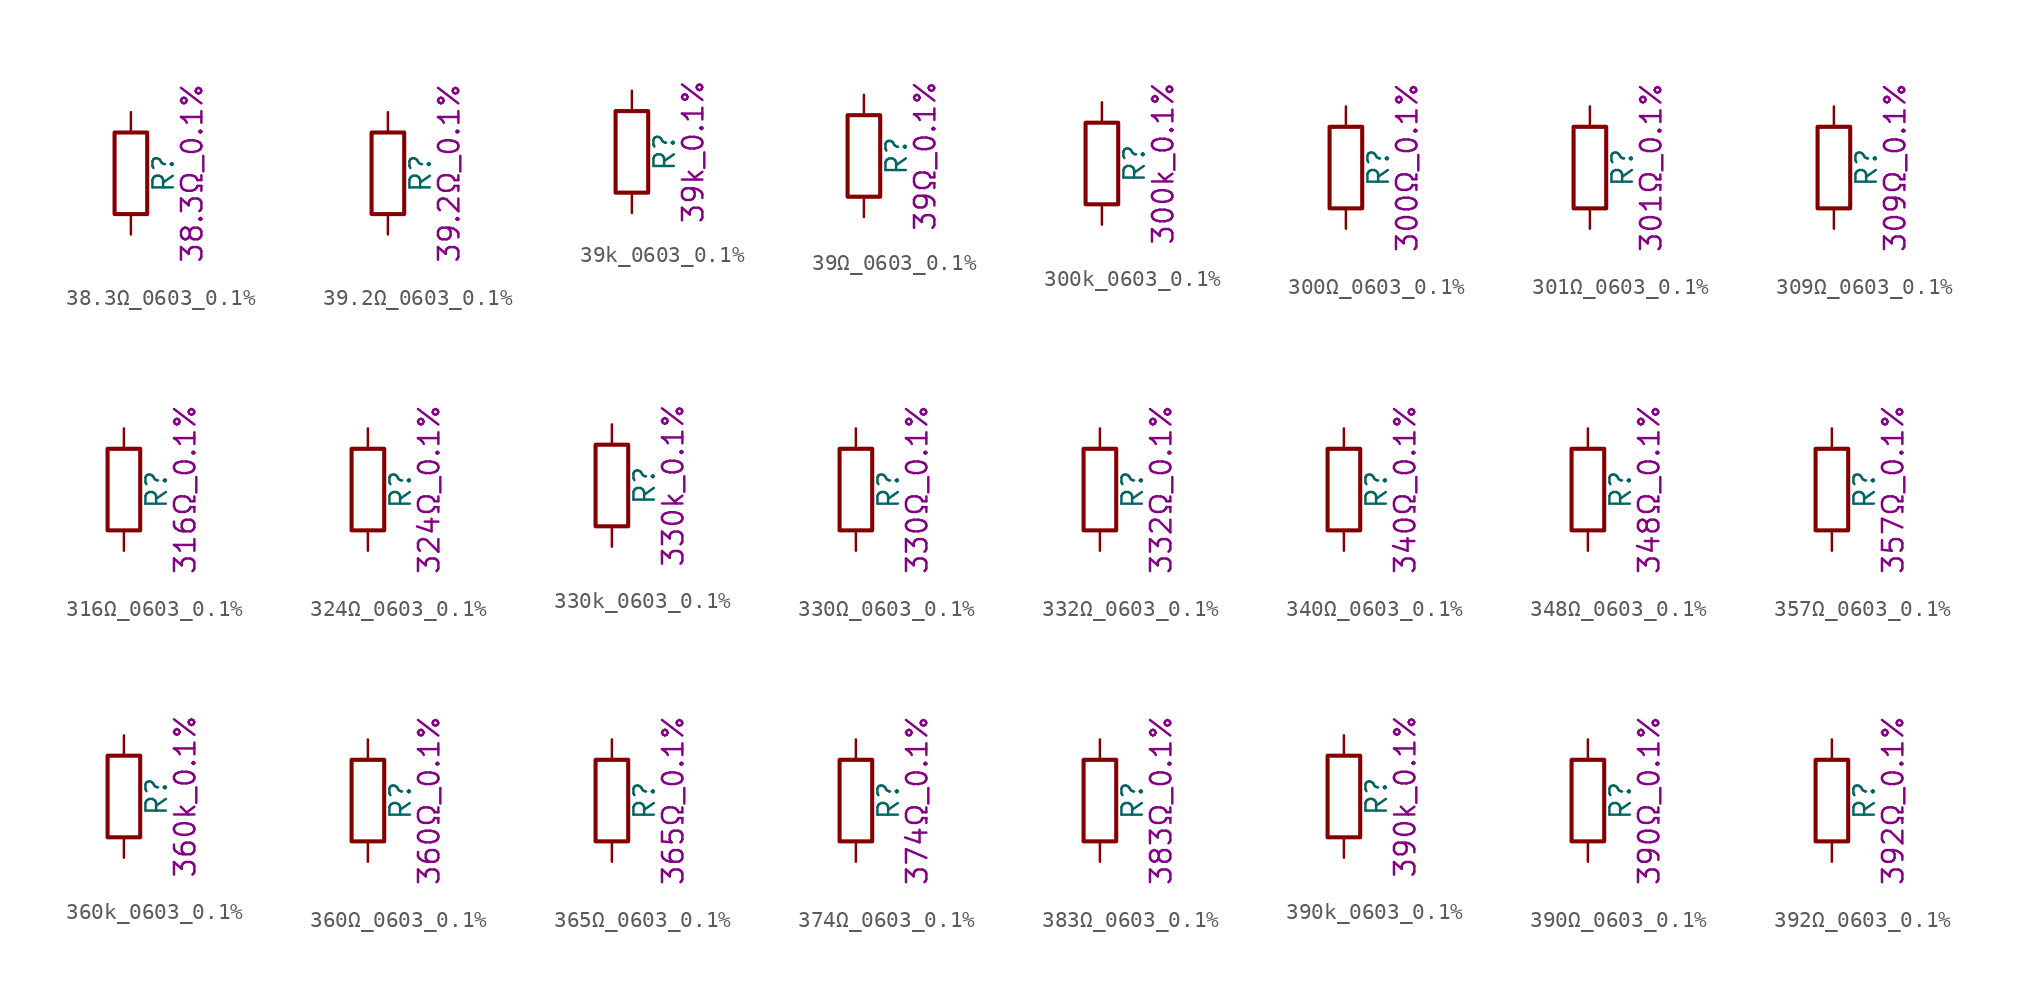
<source format=kicad_sym>
(kicad_symbol_lib
  (version 20211014)
  (generator kicad_symbol_editor)
  (symbol "38.3Ω_0603_0.1%"
    (pin_numbers hide)
    (pin_names
      (offset 0))
    (property "Reference" "R"
      (at 2.032 0 90)
      (effects (font (size 1.27 1.27))))
    (property "Display" "38.3Ω_0.1%"
      (at 3.81 0 90)
      (effects (font (size 1.27 1.27))))
    (symbol "38.3Ω_0603_0.1%_0_1"
      (rectangle (start -1.016 -2.54) (end 1.016 2.54) (stroke (width 0.254) (type default) (color 0 0 0 0)) (fill (type none))))
    (symbol "38.3Ω_0603_0.1%_1_1"
      (pin passive line (at 0 3.81 270) (length 1.27) (name "~" (effects (font (size 1.27 1.27)))) (number "1" (effects (font (size 1.27 1.27)))))
      (pin passive line (at 0 -3.81 90) (length 1.27) (name "~" (effects (font (size 1.27 1.27)))) (number "2" (effects (font (size 1.27 1.27)))))))
  (symbol "39.2Ω_0603_0.1%"
    (pin_numbers hide)
    (pin_names
      (offset 0))
    (property "Reference" "R"
      (at 2.032 0 90)
      (effects (font (size 1.27 1.27))))
    (property "Display" "39.2Ω_0.1%"
      (at 3.81 0 90)
      (effects (font (size 1.27 1.27))))
    (symbol "39.2Ω_0603_0.1%_0_1"
      (rectangle (start -1.016 -2.54) (end 1.016 2.54) (stroke (width 0.254) (type default) (color 0 0 0 0)) (fill (type none))))
    (symbol "39.2Ω_0603_0.1%_1_1"
      (pin passive line (at 0 3.81 270) (length 1.27) (name "~" (effects (font (size 1.27 1.27)))) (number "1" (effects (font (size 1.27 1.27)))))
      (pin passive line (at 0 -3.81 90) (length 1.27) (name "~" (effects (font (size 1.27 1.27)))) (number "2" (effects (font (size 1.27 1.27)))))))
  (symbol "39k_0603_0.1%"
    (pin_numbers hide)
    (pin_names
      (offset 0))
    (property "Reference" "R"
      (at 2.032 0 90)
      (effects (font (size 1.27 1.27))))
    (property "Display" "39k_0.1%"
      (at 3.81 0 90)
      (effects (font (size 1.27 1.27))))
    (symbol "39k_0603_0.1%_0_1"
      (rectangle (start -1.016 -2.54) (end 1.016 2.54) (stroke (width 0.254) (type default) (color 0 0 0 0)) (fill (type none))))
    (symbol "39k_0603_0.1%_1_1"
      (pin passive line (at 0 3.81 270) (length 1.27) (name "~" (effects (font (size 1.27 1.27)))) (number "1" (effects (font (size 1.27 1.27)))))
      (pin passive line (at 0 -3.81 90) (length 1.27) (name "~" (effects (font (size 1.27 1.27)))) (number "2" (effects (font (size 1.27 1.27)))))))
  (symbol "39Ω_0603_0.1%"
    (pin_numbers hide)
    (pin_names
      (offset 0))
    (property "Reference" "R"
      (at 2.032 0 90)
      (effects (font (size 1.27 1.27))))
    (property "Display" "39Ω_0.1%"
      (at 3.81 0 90)
      (effects (font (size 1.27 1.27))))
    (symbol "39Ω_0603_0.1%_0_1"
      (rectangle (start -1.016 -2.54) (end 1.016 2.54) (stroke (width 0.254) (type default) (color 0 0 0 0)) (fill (type none))))
    (symbol "39Ω_0603_0.1%_1_1"
      (pin passive line (at 0 3.81 270) (length 1.27) (name "~" (effects (font (size 1.27 1.27)))) (number "1" (effects (font (size 1.27 1.27)))))
      (pin passive line (at 0 -3.81 90) (length 1.27) (name "~" (effects (font (size 1.27 1.27)))) (number "2" (effects (font (size 1.27 1.27)))))))
  (symbol "300k_0603_0.1%"
    (pin_numbers hide)
    (pin_names
      (offset 0))
    (property "Reference" "R"
      (at 2.032 0 90)
      (effects (font (size 1.27 1.27))))
    (property "Display" "300k_0.1%"
      (at 3.81 0 90)
      (effects (font (size 1.27 1.27))))
    (symbol "300k_0603_0.1%_0_1"
      (rectangle (start -1.016 -2.54) (end 1.016 2.54) (stroke (width 0.254) (type default) (color 0 0 0 0)) (fill (type none))))
    (symbol "300k_0603_0.1%_1_1"
      (pin passive line (at 0 3.81 270) (length 1.27) (name "~" (effects (font (size 1.27 1.27)))) (number "1" (effects (font (size 1.27 1.27)))))
      (pin passive line (at 0 -3.81 90) (length 1.27) (name "~" (effects (font (size 1.27 1.27)))) (number "2" (effects (font (size 1.27 1.27)))))))
  (symbol "300Ω_0603_0.1%"
    (pin_numbers hide)
    (pin_names
      (offset 0))
    (property "Reference" "R"
      (at 2.032 0 90)
      (effects (font (size 1.27 1.27))))
    (property "Display" "300Ω_0.1%"
      (at 3.81 0 90)
      (effects (font (size 1.27 1.27))))
    (symbol "300Ω_0603_0.1%_0_1"
      (rectangle (start -1.016 -2.54) (end 1.016 2.54) (stroke (width 0.254) (type default) (color 0 0 0 0)) (fill (type none))))
    (symbol "300Ω_0603_0.1%_1_1"
      (pin passive line (at 0 3.81 270) (length 1.27) (name "~" (effects (font (size 1.27 1.27)))) (number "1" (effects (font (size 1.27 1.27)))))
      (pin passive line (at 0 -3.81 90) (length 1.27) (name "~" (effects (font (size 1.27 1.27)))) (number "2" (effects (font (size 1.27 1.27)))))))
  (symbol "301Ω_0603_0.1%"
    (pin_numbers hide)
    (pin_names
      (offset 0))
    (property "Reference" "R"
      (at 2.032 0 90)
      (effects (font (size 1.27 1.27))))
    (property "Display" "301Ω_0.1%"
      (at 3.81 0 90)
      (effects (font (size 1.27 1.27))))
    (symbol "301Ω_0603_0.1%_0_1"
      (rectangle (start -1.016 -2.54) (end 1.016 2.54) (stroke (width 0.254) (type default) (color 0 0 0 0)) (fill (type none))))
    (symbol "301Ω_0603_0.1%_1_1"
      (pin passive line (at 0 3.81 270) (length 1.27) (name "~" (effects (font (size 1.27 1.27)))) (number "1" (effects (font (size 1.27 1.27)))))
      (pin passive line (at 0 -3.81 90) (length 1.27) (name "~" (effects (font (size 1.27 1.27)))) (number "2" (effects (font (size 1.27 1.27)))))))
  (symbol "309Ω_0603_0.1%"
    (pin_numbers hide)
    (pin_names
      (offset 0))
    (property "Reference" "R"
      (at 2.032 0 90)
      (effects (font (size 1.27 1.27))))
    (property "Display" "309Ω_0.1%"
      (at 3.81 0 90)
      (effects (font (size 1.27 1.27))))
    (symbol "309Ω_0603_0.1%_0_1"
      (rectangle (start -1.016 -2.54) (end 1.016 2.54) (stroke (width 0.254) (type default) (color 0 0 0 0)) (fill (type none))))
    (symbol "309Ω_0603_0.1%_1_1"
      (pin passive line (at 0 3.81 270) (length 1.27) (name "~" (effects (font (size 1.27 1.27)))) (number "1" (effects (font (size 1.27 1.27)))))
      (pin passive line (at 0 -3.81 90) (length 1.27) (name "~" (effects (font (size 1.27 1.27)))) (number "2" (effects (font (size 1.27 1.27)))))))
  (symbol "316Ω_0603_0.1%"
    (pin_numbers hide)
    (pin_names
      (offset 0))
    (property "Reference" "R"
      (at 2.032 0 90)
      (effects (font (size 1.27 1.27))))
    (property "Display" "316Ω_0.1%"
      (at 3.81 0 90)
      (effects (font (size 1.27 1.27))))
    (symbol "316Ω_0603_0.1%_0_1"
      (rectangle (start -1.016 -2.54) (end 1.016 2.54) (stroke (width 0.254) (type default) (color 0 0 0 0)) (fill (type none))))
    (symbol "316Ω_0603_0.1%_1_1"
      (pin passive line (at 0 3.81 270) (length 1.27) (name "~" (effects (font (size 1.27 1.27)))) (number "1" (effects (font (size 1.27 1.27)))))
      (pin passive line (at 0 -3.81 90) (length 1.27) (name "~" (effects (font (size 1.27 1.27)))) (number "2" (effects (font (size 1.27 1.27)))))))
  (symbol "324Ω_0603_0.1%"
    (pin_numbers hide)
    (pin_names
      (offset 0))
    (property "Reference" "R"
      (at 2.032 0 90)
      (effects (font (size 1.27 1.27))))
    (property "Display" "324Ω_0.1%"
      (at 3.81 0 90)
      (effects (font (size 1.27 1.27))))
    (symbol "324Ω_0603_0.1%_0_1"
      (rectangle (start -1.016 -2.54) (end 1.016 2.54) (stroke (width 0.254) (type default) (color 0 0 0 0)) (fill (type none))))
    (symbol "324Ω_0603_0.1%_1_1"
      (pin passive line (at 0 3.81 270) (length 1.27) (name "~" (effects (font (size 1.27 1.27)))) (number "1" (effects (font (size 1.27 1.27)))))
      (pin passive line (at 0 -3.81 90) (length 1.27) (name "~" (effects (font (size 1.27 1.27)))) (number "2" (effects (font (size 1.27 1.27)))))))
  (symbol "330k_0603_0.1%"
    (pin_numbers hide)
    (pin_names
      (offset 0))
    (property "Reference" "R"
      (at 2.032 0 90)
      (effects (font (size 1.27 1.27))))
    (property "Display" "330k_0.1%"
      (at 3.81 0 90)
      (effects (font (size 1.27 1.27))))
    (symbol "330k_0603_0.1%_0_1"
      (rectangle (start -1.016 -2.54) (end 1.016 2.54) (stroke (width 0.254) (type default) (color 0 0 0 0)) (fill (type none))))
    (symbol "330k_0603_0.1%_1_1"
      (pin passive line (at 0 3.81 270) (length 1.27) (name "~" (effects (font (size 1.27 1.27)))) (number "1" (effects (font (size 1.27 1.27)))))
      (pin passive line (at 0 -3.81 90) (length 1.27) (name "~" (effects (font (size 1.27 1.27)))) (number "2" (effects (font (size 1.27 1.27)))))))
  (symbol "330Ω_0603_0.1%"
    (pin_numbers hide)
    (pin_names
      (offset 0))
    (property "Reference" "R"
      (at 2.032 0 90)
      (effects (font (size 1.27 1.27))))
    (property "Display" "330Ω_0.1%"
      (at 3.81 0 90)
      (effects (font (size 1.27 1.27))))
    (symbol "330Ω_0603_0.1%_0_1"
      (rectangle (start -1.016 -2.54) (end 1.016 2.54) (stroke (width 0.254) (type default) (color 0 0 0 0)) (fill (type none))))
    (symbol "330Ω_0603_0.1%_1_1"
      (pin passive line (at 0 3.81 270) (length 1.27) (name "~" (effects (font (size 1.27 1.27)))) (number "1" (effects (font (size 1.27 1.27)))))
      (pin passive line (at 0 -3.81 90) (length 1.27) (name "~" (effects (font (size 1.27 1.27)))) (number "2" (effects (font (size 1.27 1.27)))))))
  (symbol "332Ω_0603_0.1%"
    (pin_numbers hide)
    (pin_names
      (offset 0))
    (property "Reference" "R"
      (at 2.032 0 90)
      (effects (font (size 1.27 1.27))))
    (property "Display" "332Ω_0.1%"
      (at 3.81 0 90)
      (effects (font (size 1.27 1.27))))
    (symbol "332Ω_0603_0.1%_0_1"
      (rectangle (start -1.016 -2.54) (end 1.016 2.54) (stroke (width 0.254) (type default) (color 0 0 0 0)) (fill (type none))))
    (symbol "332Ω_0603_0.1%_1_1"
      (pin passive line (at 0 3.81 270) (length 1.27) (name "~" (effects (font (size 1.27 1.27)))) (number "1" (effects (font (size 1.27 1.27)))))
      (pin passive line (at 0 -3.81 90) (length 1.27) (name "~" (effects (font (size 1.27 1.27)))) (number "2" (effects (font (size 1.27 1.27)))))))
  (symbol "340Ω_0603_0.1%"
    (pin_numbers hide)
    (pin_names
      (offset 0))
    (property "Reference" "R"
      (at 2.032 0 90)
      (effects (font (size 1.27 1.27))))
    (property "Display" "340Ω_0.1%"
      (at 3.81 0 90)
      (effects (font (size 1.27 1.27))))
    (symbol "340Ω_0603_0.1%_0_1"
      (rectangle (start -1.016 -2.54) (end 1.016 2.54) (stroke (width 0.254) (type default) (color 0 0 0 0)) (fill (type none))))
    (symbol "340Ω_0603_0.1%_1_1"
      (pin passive line (at 0 3.81 270) (length 1.27) (name "~" (effects (font (size 1.27 1.27)))) (number "1" (effects (font (size 1.27 1.27)))))
      (pin passive line (at 0 -3.81 90) (length 1.27) (name "~" (effects (font (size 1.27 1.27)))) (number "2" (effects (font (size 1.27 1.27)))))))
  (symbol "348Ω_0603_0.1%"
    (pin_numbers hide)
    (pin_names
      (offset 0))
    (property "Reference" "R"
      (at 2.032 0 90)
      (effects (font (size 1.27 1.27))))
    (property "Display" "348Ω_0.1%"
      (at 3.81 0 90)
      (effects (font (size 1.27 1.27))))
    (symbol "348Ω_0603_0.1%_0_1"
      (rectangle (start -1.016 -2.54) (end 1.016 2.54) (stroke (width 0.254) (type default) (color 0 0 0 0)) (fill (type none))))
    (symbol "348Ω_0603_0.1%_1_1"
      (pin passive line (at 0 3.81 270) (length 1.27) (name "~" (effects (font (size 1.27 1.27)))) (number "1" (effects (font (size 1.27 1.27)))))
      (pin passive line (at 0 -3.81 90) (length 1.27) (name "~" (effects (font (size 1.27 1.27)))) (number "2" (effects (font (size 1.27 1.27)))))))
  (symbol "357Ω_0603_0.1%"
    (pin_numbers hide)
    (pin_names
      (offset 0))
    (property "Reference" "R"
      (at 2.032 0 90)
      (effects (font (size 1.27 1.27))))
    (property "Display" "357Ω_0.1%"
      (at 3.81 0 90)
      (effects (font (size 1.27 1.27))))
    (symbol "357Ω_0603_0.1%_0_1"
      (rectangle (start -1.016 -2.54) (end 1.016 2.54) (stroke (width 0.254) (type default) (color 0 0 0 0)) (fill (type none))))
    (symbol "357Ω_0603_0.1%_1_1"
      (pin passive line (at 0 3.81 270) (length 1.27) (name "~" (effects (font (size 1.27 1.27)))) (number "1" (effects (font (size 1.27 1.27)))))
      (pin passive line (at 0 -3.81 90) (length 1.27) (name "~" (effects (font (size 1.27 1.27)))) (number "2" (effects (font (size 1.27 1.27)))))))
  (symbol "360k_0603_0.1%"
    (pin_numbers hide)
    (pin_names
      (offset 0))
    (property "Reference" "R"
      (at 2.032 0 90)
      (effects (font (size 1.27 1.27))))
    (property "Display" "360k_0.1%"
      (at 3.81 0 90)
      (effects (font (size 1.27 1.27))))
    (symbol "360k_0603_0.1%_0_1"
      (rectangle (start -1.016 -2.54) (end 1.016 2.54) (stroke (width 0.254) (type default) (color 0 0 0 0)) (fill (type none))))
    (symbol "360k_0603_0.1%_1_1"
      (pin passive line (at 0 3.81 270) (length 1.27) (name "~" (effects (font (size 1.27 1.27)))) (number "1" (effects (font (size 1.27 1.27)))))
      (pin passive line (at 0 -3.81 90) (length 1.27) (name "~" (effects (font (size 1.27 1.27)))) (number "2" (effects (font (size 1.27 1.27)))))))
  (symbol "360Ω_0603_0.1%"
    (pin_numbers hide)
    (pin_names
      (offset 0))
    (property "Reference" "R"
      (at 2.032 0 90)
      (effects (font (size 1.27 1.27))))
    (property "Display" "360Ω_0.1%"
      (at 3.81 0 90)
      (effects (font (size 1.27 1.27))))
    (symbol "360Ω_0603_0.1%_0_1"
      (rectangle (start -1.016 -2.54) (end 1.016 2.54) (stroke (width 0.254) (type default) (color 0 0 0 0)) (fill (type none))))
    (symbol "360Ω_0603_0.1%_1_1"
      (pin passive line (at 0 3.81 270) (length 1.27) (name "~" (effects (font (size 1.27 1.27)))) (number "1" (effects (font (size 1.27 1.27)))))
      (pin passive line (at 0 -3.81 90) (length 1.27) (name "~" (effects (font (size 1.27 1.27)))) (number "2" (effects (font (size 1.27 1.27)))))))
  (symbol "365Ω_0603_0.1%"
    (pin_numbers hide)
    (pin_names
      (offset 0))
    (property "Reference" "R"
      (at 2.032 0 90)
      (effects (font (size 1.27 1.27))))
    (property "Display" "365Ω_0.1%"
      (at 3.81 0 90)
      (effects (font (size 1.27 1.27))))
    (symbol "365Ω_0603_0.1%_0_1"
      (rectangle (start -1.016 -2.54) (end 1.016 2.54) (stroke (width 0.254) (type default) (color 0 0 0 0)) (fill (type none))))
    (symbol "365Ω_0603_0.1%_1_1"
      (pin passive line (at 0 3.81 270) (length 1.27) (name "~" (effects (font (size 1.27 1.27)))) (number "1" (effects (font (size 1.27 1.27)))))
      (pin passive line (at 0 -3.81 90) (length 1.27) (name "~" (effects (font (size 1.27 1.27)))) (number "2" (effects (font (size 1.27 1.27)))))))
  (symbol "374Ω_0603_0.1%"
    (pin_numbers hide)
    (pin_names
      (offset 0))
    (property "Reference" "R"
      (at 2.032 0 90)
      (effects (font (size 1.27 1.27))))
    (property "Display" "374Ω_0.1%"
      (at 3.81 0 90)
      (effects (font (size 1.27 1.27))))
    (symbol "374Ω_0603_0.1%_0_1"
      (rectangle (start -1.016 -2.54) (end 1.016 2.54) (stroke (width 0.254) (type default) (color 0 0 0 0)) (fill (type none))))
    (symbol "374Ω_0603_0.1%_1_1"
      (pin passive line (at 0 3.81 270) (length 1.27) (name "~" (effects (font (size 1.27 1.27)))) (number "1" (effects (font (size 1.27 1.27)))))
      (pin passive line (at 0 -3.81 90) (length 1.27) (name "~" (effects (font (size 1.27 1.27)))) (number "2" (effects (font (size 1.27 1.27)))))))
  (symbol "383Ω_0603_0.1%"
    (pin_numbers hide)
    (pin_names
      (offset 0))
    (property "Reference" "R"
      (at 2.032 0 90)
      (effects (font (size 1.27 1.27))))
    (property "Display" "383Ω_0.1%"
      (at 3.81 0 90)
      (effects (font (size 1.27 1.27))))
    (symbol "383Ω_0603_0.1%_0_1"
      (rectangle (start -1.016 -2.54) (end 1.016 2.54) (stroke (width 0.254) (type default) (color 0 0 0 0)) (fill (type none))))
    (symbol "383Ω_0603_0.1%_1_1"
      (pin passive line (at 0 3.81 270) (length 1.27) (name "~" (effects (font (size 1.27 1.27)))) (number "1" (effects (font (size 1.27 1.27)))))
      (pin passive line (at 0 -3.81 90) (length 1.27) (name "~" (effects (font (size 1.27 1.27)))) (number "2" (effects (font (size 1.27 1.27)))))))
  (symbol "390k_0603_0.1%"
    (pin_numbers hide)
    (pin_names
      (offset 0))
    (property "Reference" "R"
      (at 2.032 0 90)
      (effects (font (size 1.27 1.27))))
    (property "Display" "390k_0.1%"
      (at 3.81 0 90)
      (effects (font (size 1.27 1.27))))
    (symbol "390k_0603_0.1%_0_1"
      (rectangle (start -1.016 -2.54) (end 1.016 2.54) (stroke (width 0.254) (type default) (color 0 0 0 0)) (fill (type none))))
    (symbol "390k_0603_0.1%_1_1"
      (pin passive line (at 0 3.81 270) (length 1.27) (name "~" (effects (font (size 1.27 1.27)))) (number "1" (effects (font (size 1.27 1.27)))))
      (pin passive line (at 0 -3.81 90) (length 1.27) (name "~" (effects (font (size 1.27 1.27)))) (number "2" (effects (font (size 1.27 1.27)))))))
  (symbol "390Ω_0603_0.1%"
    (pin_numbers hide)
    (pin_names
      (offset 0))
    (property "Reference" "R"
      (at 2.032 0 90)
      (effects (font (size 1.27 1.27))))
    (property "Display" "390Ω_0.1%"
      (at 3.81 0 90)
      (effects (font (size 1.27 1.27))))
    (symbol "390Ω_0603_0.1%_0_1"
      (rectangle (start -1.016 -2.54) (end 1.016 2.54) (stroke (width 0.254) (type default) (color 0 0 0 0)) (fill (type none))))
    (symbol "390Ω_0603_0.1%_1_1"
      (pin passive line (at 0 3.81 270) (length 1.27) (name "~" (effects (font (size 1.27 1.27)))) (number "1" (effects (font (size 1.27 1.27)))))
      (pin passive line (at 0 -3.81 90) (length 1.27) (name "~" (effects (font (size 1.27 1.27)))) (number "2" (effects (font (size 1.27 1.27)))))))
  (symbol "392Ω_0603_0.1%"
    (pin_numbers hide)
    (pin_names
      (offset 0))
    (property "Reference" "R"
      (at 2.032 0 90)
      (effects (font (size 1.27 1.27))))
    (property "Display" "392Ω_0.1%"
      (at 3.81 0 90)
      (effects (font (size 1.27 1.27))))
    (symbol "392Ω_0603_0.1%_0_1"
      (rectangle (start -1.016 -2.54) (end 1.016 2.54) (stroke (width 0.254) (type default) (color 0 0 0 0)) (fill (type none))))
    (symbol "392Ω_0603_0.1%_1_1"
      (pin passive line (at 0 3.81 270) (length 1.27) (name "~" (effects (font (size 1.27 1.27)))) (number "1" (effects (font (size 1.27 1.27)))))
      (pin passive line (at 0 -3.81 90) (length 1.27) (name "~" (effects (font (size 1.27 1.27)))) (number "2" (effects (font (size 1.27 1.27))))))))
</source>
